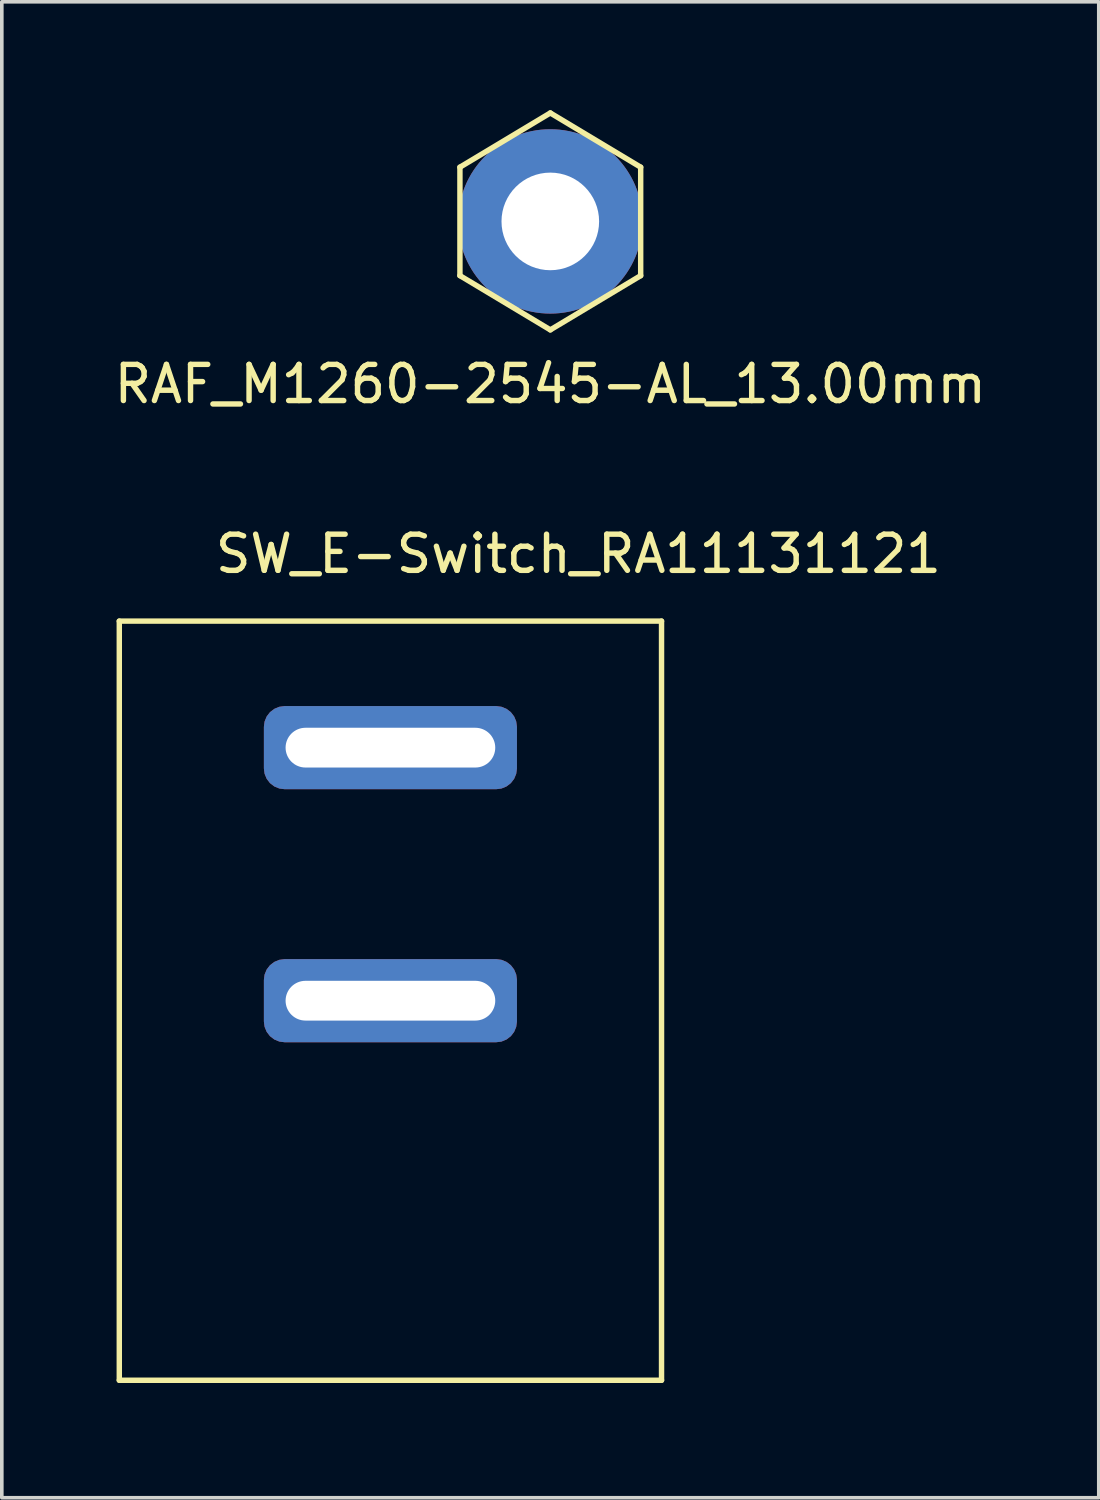
<source format=kicad_pcb>
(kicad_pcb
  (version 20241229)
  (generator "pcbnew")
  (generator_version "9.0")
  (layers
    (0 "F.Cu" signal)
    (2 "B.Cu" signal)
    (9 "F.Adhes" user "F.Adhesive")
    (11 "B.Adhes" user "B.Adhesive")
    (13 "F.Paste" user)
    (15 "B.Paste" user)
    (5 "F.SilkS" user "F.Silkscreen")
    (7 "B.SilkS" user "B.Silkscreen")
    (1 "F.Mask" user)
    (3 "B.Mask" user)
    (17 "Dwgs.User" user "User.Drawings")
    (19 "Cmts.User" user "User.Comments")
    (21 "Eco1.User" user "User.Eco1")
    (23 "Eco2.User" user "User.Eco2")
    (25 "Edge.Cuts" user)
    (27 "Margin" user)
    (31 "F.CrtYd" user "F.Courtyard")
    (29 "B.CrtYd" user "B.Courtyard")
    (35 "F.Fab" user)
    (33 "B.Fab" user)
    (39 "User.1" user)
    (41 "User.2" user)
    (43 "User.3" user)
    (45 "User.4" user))
  (footprint "SW_E-Switch_RA11131121"
    (layer "F.Cu")
    (at 0.25 35.132)
    (property "Reference" "SW_E-Switch_RA11131121" (at 12.7 -22.86 0) (layer "F.SilkS") (effects (font (size 1 1) (thickness 0.15))))
    (attr through_hole)
    (fp_line (start 0 -21) (end 15 -21) (stroke (width 0.15) (type solid)) (layer "F.SilkS"))
    (fp_line (start 0 0) (end 0 -21) (stroke (width 0.15) (type solid)) (layer "F.SilkS"))
    (fp_line (start 15 -21) (end 15 0) (stroke (width 0.15) (type solid)) (layer "F.SilkS"))
    (fp_line (start 15 0) (end 0 0) (stroke (width 0.15) (type solid)) (layer "F.SilkS"))
    (pad "1" thru_hole roundrect (at 7.5 -10.5) (size 7 2.3) (drill oval 5.8 1.1) (layers "*.Cu" "*.Mask") (roundrect_rratio 0.25))
    (pad "2" thru_hole roundrect (at 7.5 -17.5) (size 7 2.3) (drill oval 5.8 1.1) (layers "*.Cu" "*.Mask") (roundrect_rratio 0.25)))
  (footprint "RAF_M1260-2545-AL_13.00mm"
    (layer "F.Cu")
    (at 12.173 3.075)
    (property "Reference" "RAF_M1260-2545-AL_13.00mm" (at 0 4.5 0) (layer "F.SilkS") (effects (font (size 1 1) (thickness 0.15))))
    (attr through_hole)
    (fp_line (start -2.5 -1.5) (end 0 -3) (stroke (width 0.15) (type solid)) (layer "F.SilkS"))
    (fp_line (start -2.5 1.5) (end -2.5 -1.5) (stroke (width 0.15) (type solid)) (layer "F.SilkS"))
    (fp_line (start 0 -3) (end 2.5 -1.5) (stroke (width 0.15) (type solid)) (layer "F.SilkS"))
    (fp_line (start 0 3) (end -2.5 1.5) (stroke (width 0.15) (type solid)) (layer "F.SilkS"))
    (fp_line (start 2.5 -1.5) (end 2.5 1.5) (stroke (width 0.15) (type solid)) (layer "F.SilkS"))
    (fp_line (start 2.5 1.5) (end 0 3) (stroke (width 0.15) (type solid)) (layer "F.SilkS"))
    (pad "1" thru_hole circle (at 0 0) (size 5.1 5.1) (drill 2.7) (layers "*.Cu" "*.Mask")))
  (gr_rect
    (start -3 -3)
    (end 27.345 38.382)
    (stroke (width 0.1) (type default))
    (fill no)
    (layer "Edge.Cuts")))
</source>
